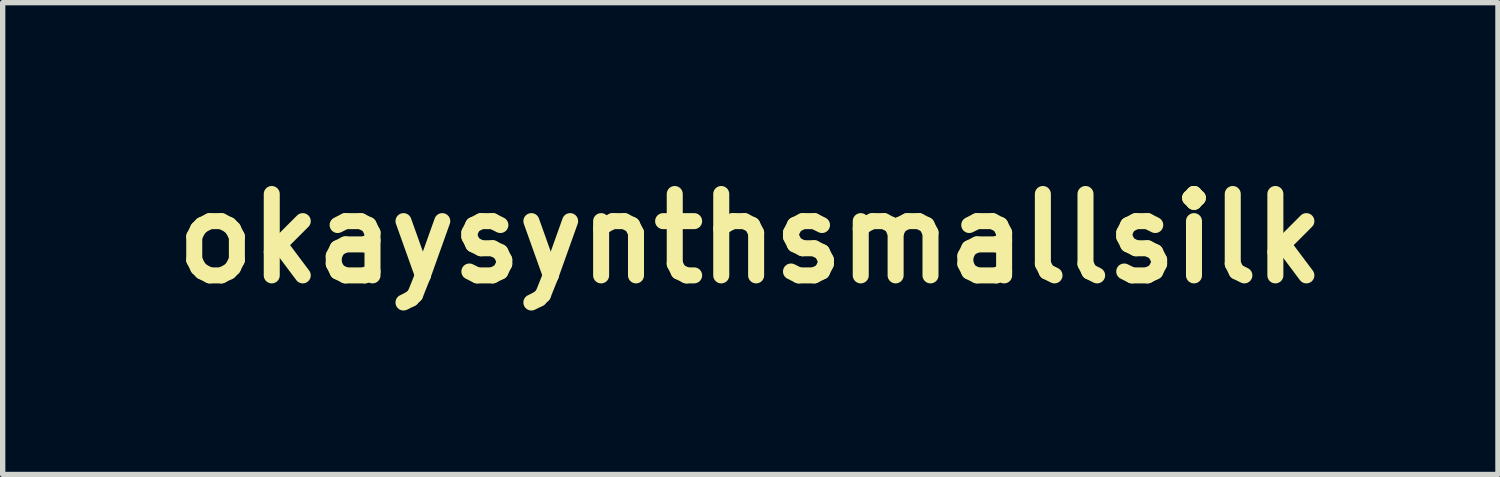
<source format=kicad_pcb>
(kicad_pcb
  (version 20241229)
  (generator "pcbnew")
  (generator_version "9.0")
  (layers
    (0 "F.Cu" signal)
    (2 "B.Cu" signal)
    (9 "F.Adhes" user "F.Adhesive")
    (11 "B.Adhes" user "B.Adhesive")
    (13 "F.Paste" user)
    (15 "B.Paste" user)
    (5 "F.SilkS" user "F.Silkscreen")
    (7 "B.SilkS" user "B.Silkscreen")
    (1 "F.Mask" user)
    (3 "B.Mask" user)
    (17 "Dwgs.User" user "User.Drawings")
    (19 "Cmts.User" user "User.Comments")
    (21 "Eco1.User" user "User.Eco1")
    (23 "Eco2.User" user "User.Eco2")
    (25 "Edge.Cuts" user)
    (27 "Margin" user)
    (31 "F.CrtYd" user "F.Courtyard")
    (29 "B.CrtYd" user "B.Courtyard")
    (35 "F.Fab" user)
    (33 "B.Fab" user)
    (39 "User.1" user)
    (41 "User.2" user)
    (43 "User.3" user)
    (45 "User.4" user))
  (footprint "okaysynthsmallsilk"
    (layer "F.Cu")
    (at 11.002 1.418)
    (property "Reference" "okaysynthsmallsilk" (at 0 0 0) (layer "F.SilkS") (effects (font (size 1.524 1.524) (thickness 0.3))))
    (attr through_hole)
    (fp_poly (pts (xy 0.113 0.931) (xy 0.129 0.951) (xy 0.139 0.995) (xy 0.144 1.074) (xy 0.147 1.149) (xy 0.149 1.26) (xy 0.146 1.328) (xy 0.136 1.362) (xy 0.118 1.372) (xy 0.072 1.354) (xy 0.053 1.336) (xy 0.037 1.288) (xy 0.03 1.199) (xy 0.031 1.114) (xy 0.036 1.017) (xy 0.044 0.961) (xy 0.059 0.935) (xy 0.083 0.927) (xy 0.089 0.927) (xy 0.113 0.931)) (stroke (width 0.01) (type solid)) (fill yes) (layer "F.Mask"))
    (fp_poly (pts (xy 3.503 0.143) (xy 3.582 0.209) (xy 3.633 0.3) (xy 3.649 0.408) (xy 3.632 0.495) (xy 3.576 0.598) (xy 3.488 0.662) (xy 3.368 0.686) (xy 3.353 0.686) (xy 3.238 0.671) (xy 3.168 0.635) (xy 3.097 0.551) (xy 3.062 0.448) (xy 3.062 0.34) (xy 3.098 0.24) (xy 3.168 0.161) (xy 3.183 0.151) (xy 3.295 0.107) (xy 3.404 0.107) (xy 3.503 0.143)) (stroke (width 0.01) (type solid)) (fill yes) (layer "F.Mask"))
    (fp_poly (pts (xy -2.752 0.932) (xy -2.722 0.966) (xy -2.731 1.03) (xy -2.779 1.125) (xy -2.782 1.13) (xy -2.82 1.208) (xy -2.843 1.281) (xy -2.845 1.302) (xy -2.859 1.356) (xy -2.894 1.373) (xy -2.929 1.355) (xy -2.944 1.317) (xy -2.946 1.291) (xy -2.958 1.245) (xy -2.99 1.172) (xy -3.026 1.102) (xy -3.069 1.02) (xy -3.086 0.97) (xy -3.079 0.944) (xy -3.073 0.94) (xy -3.023 0.928) (xy -2.977 0.963) (xy -2.941 1.024) (xy -2.902 1.105) (xy -2.867 1.029) (xy -2.827 0.957) (xy -2.788 0.928) (xy -2.752 0.932)) (stroke (width 0.01) (type solid)) (fill yes) (layer "F.Mask"))
    (fp_poly (pts (xy -1.812 0.919) (xy -1.725 0.927) (xy -1.676 0.942) (xy -1.657 0.966) (xy -1.656 0.972) (xy -1.663 1.006) (xy -1.709 1.016) (xy -1.713 1.016) (xy -1.747 1.018) (xy -1.766 1.033) (xy -1.775 1.071) (xy -1.778 1.143) (xy -1.778 1.194) (xy -1.78 1.288) (xy -1.786 1.342) (xy -1.801 1.366) (xy -1.825 1.372) (xy -1.873 1.363) (xy -1.888 1.355) (xy -1.897 1.322) (xy -1.903 1.254) (xy -1.905 1.177) (xy -1.907 1.089) (xy -1.914 1.04) (xy -1.931 1.02) (xy -1.954 1.016) (xy -2.006 1.003) (xy -2.018 0.972) (xy -1.996 0.941) (xy -1.949 0.925) (xy -1.868 0.918) (xy -1.812 0.919)) (stroke (width 0.01) (type solid)) (fill yes) (layer "F.Mask"))
    (fp_poly (pts (xy 0.581 0.929) (xy 0.628 0.938) (xy 0.65 0.957) (xy 0.655 0.979) (xy 0.644 1.03) (xy 0.605 1.101) (xy 0.573 1.144) (xy 0.483 1.257) (xy 0.553 1.265) (xy 0.634 1.277) (xy 0.672 1.293) (xy 0.671 1.318) (xy 0.66 1.334) (xy 0.62 1.354) (xy 0.549 1.367) (xy 0.467 1.373) (xy 0.394 1.37) (xy 0.349 1.356) (xy 0.347 1.355) (xy 0.331 1.304) (xy 0.358 1.229) (xy 0.423 1.139) (xy 0.515 1.029) (xy 0.421 1.021) (xy 0.358 1.01) (xy 0.335 0.987) (xy 0.335 0.97) (xy 0.35 0.945) (xy 0.39 0.932) (xy 0.465 0.927) (xy 0.496 0.927) (xy 0.581 0.929)) (stroke (width 0.01) (type solid)) (fill yes) (layer "F.Mask"))
    (fp_poly (pts (xy -3.291 0.926) (xy -3.252 0.951) (xy -3.232 0.996) (xy -3.256 1.021) (xy -3.32 1.022) (xy -3.323 1.022) (xy -3.39 1.022) (xy -3.412 1.042) (xy -3.388 1.071) (xy -3.34 1.092) (xy -3.253 1.137) (xy -3.21 1.196) (xy -3.212 1.263) (xy -3.251 1.321) (xy -3.322 1.36) (xy -3.411 1.37) (xy -3.496 1.35) (xy -3.517 1.337) (xy -3.55 1.299) (xy -3.538 1.27) (xy -3.488 1.258) (xy -3.444 1.262) (xy -3.372 1.264) (xy -3.343 1.246) (xy -3.361 1.215) (xy -3.421 1.181) (xy -3.512 1.131) (xy -3.553 1.076) (xy -3.544 1.016) (xy -3.505 0.965) (xy -3.442 0.929) (xy -3.364 0.915) (xy -3.291 0.926)) (stroke (width 0.01) (type solid)) (fill yes) (layer "F.Mask"))
    (fp_poly (pts (xy -0.203 0.93) (xy -0.159 0.963) (xy -0.152 0.989) (xy -0.16 1.021) (xy -0.192 1.03) (xy -0.241 1.024) (xy -0.307 1.021) (xy -0.328 1.037) (xy -0.305 1.067) (xy -0.238 1.108) (xy -0.235 1.109) (xy -0.161 1.163) (xy -0.129 1.226) (xy -0.141 1.289) (xy -0.182 1.331) (xy -0.258 1.361) (xy -0.351 1.369) (xy -0.425 1.355) (xy -0.452 1.322) (xy -0.457 1.293) (xy -0.451 1.263) (xy -0.423 1.253) (xy -0.36 1.26) (xy -0.356 1.26) (xy -0.283 1.264) (xy -0.255 1.25) (xy -0.273 1.22) (xy -0.337 1.181) (xy -0.349 1.175) (xy -0.411 1.14) (xy -0.439 1.101) (xy -0.445 1.042) (xy -0.438 0.98) (xy -0.409 0.948) (xy -0.364 0.931) (xy -0.275 0.918) (xy -0.203 0.93)) (stroke (width 0.01) (type solid)) (fill yes) (layer "F.Mask"))
    (fp_poly (pts (xy -0.729 0.919) (xy -0.653 0.935) (xy -0.619 0.96) (xy -0.631 0.987) (xy -0.688 1.008) (xy -0.718 1.011) (xy -0.788 1.027) (xy -0.816 1.053) (xy -0.8 1.078) (xy -0.74 1.092) (xy -0.722 1.092) (xy -0.661 1.097) (xy -0.639 1.116) (xy -0.64 1.137) (xy -0.672 1.174) (xy -0.73 1.189) (xy -0.796 1.205) (xy -0.817 1.23) (xy -0.795 1.255) (xy -0.733 1.269) (xy -0.709 1.27) (xy -0.643 1.274) (xy -0.616 1.289) (xy -0.614 1.314) (xy -0.633 1.343) (xy -0.682 1.36) (xy -0.75 1.366) (xy -0.84 1.365) (xy -0.899 1.349) (xy -0.908 1.342) (xy -0.926 1.298) (xy -0.937 1.215) (xy -0.94 1.139) (xy -0.934 1.029) (xy -0.911 0.96) (xy -0.863 0.926) (xy -0.782 0.917) (xy -0.729 0.919)) (stroke (width 0.01) (type solid)) (fill yes) (layer "F.Mask"))
    (fp_poly (pts (xy -2.218 0.921) (xy -2.189 0.945) (xy -2.174 0.985) (xy -2.164 1.057) (xy -2.159 1.145) (xy -2.161 1.235) (xy -2.168 1.31) (xy -2.181 1.355) (xy -2.186 1.36) (xy -2.246 1.371) (xy -2.308 1.337) (xy -2.365 1.262) (xy -2.383 1.226) (xy -2.437 1.105) (xy -2.438 1.238) (xy -2.441 1.317) (xy -2.452 1.358) (xy -2.476 1.371) (xy -2.485 1.372) (xy -2.533 1.363) (xy -2.548 1.355) (xy -2.557 1.323) (xy -2.562 1.254) (xy -2.565 1.161) (xy -2.565 1.14) (xy -2.564 1.04) (xy -2.558 0.978) (xy -2.545 0.945) (xy -2.521 0.929) (xy -2.515 0.927) (xy -2.469 0.92) (xy -2.431 0.937) (xy -2.393 0.986) (xy -2.35 1.062) (xy -2.288 1.181) (xy -2.287 1.048) (xy -2.279 0.958) (xy -2.256 0.916) (xy -2.218 0.921)) (stroke (width 0.01) (type solid)) (fill yes) (layer "F.Mask"))
    (fp_poly (pts (xy 1.558 0.931) (xy 1.627 0.974) (xy 1.66 1.037) (xy 1.651 1.109) (xy 1.637 1.136) (xy 1.613 1.184) (xy 1.621 1.225) (xy 1.64 1.256) (xy 1.668 1.32) (xy 1.661 1.359) (xy 1.628 1.37) (xy 1.579 1.35) (xy 1.525 1.297) (xy 1.52 1.289) (xy 1.461 1.207) (xy 1.448 1.283) (xy 1.423 1.341) (xy 1.383 1.369) (xy 1.341 1.358) (xy 1.339 1.356) (xy 1.33 1.323) (xy 1.324 1.254) (xy 1.321 1.161) (xy 1.321 1.141) (xy 1.322 1.067) (xy 1.448 1.067) (xy 1.461 1.108) (xy 1.492 1.113) (xy 1.53 1.088) (xy 1.537 1.067) (xy 1.516 1.031) (xy 1.492 1.021) (xy 1.456 1.03) (xy 1.448 1.067) (xy 1.322 1.067) (xy 1.323 1.033) (xy 1.335 0.966) (xy 1.361 0.93) (xy 1.408 0.916) (xy 1.461 0.914) (xy 1.558 0.931)) (stroke (width 0.01) (type solid)) (fill yes) (layer "F.Mask"))
    (fp_poly (pts (xy 1.062 0.922) (xy 1.119 0.944) (xy 1.138 0.97) (xy 1.131 1) (xy 1.089 1.016) (xy 1.051 1.021) (xy 0.98 1.035) (xy 0.947 1.057) (xy 0.954 1.079) (xy 1.003 1.091) (xy 1.027 1.092) (xy 1.089 1.098) (xy 1.114 1.119) (xy 1.118 1.143) (xy 1.108 1.178) (xy 1.069 1.192) (xy 1.029 1.194) (xy 0.963 1.202) (xy 0.94 1.228) (xy 0.94 1.232) (xy 0.956 1.258) (xy 1.011 1.269) (xy 1.043 1.27) (xy 1.11 1.274) (xy 1.137 1.289) (xy 1.138 1.314) (xy 1.12 1.343) (xy 1.071 1.36) (xy 1.002 1.366) (xy 0.925 1.367) (xy 0.871 1.362) (xy 0.856 1.356) (xy 0.848 1.323) (xy 0.841 1.254) (xy 0.838 1.161) (xy 0.838 1.139) (xy 0.839 1.039) (xy 0.844 0.979) (xy 0.857 0.947) (xy 0.88 0.931) (xy 0.898 0.926) (xy 0.983 0.915) (xy 1.062 0.922)) (stroke (width 0.01) (type solid)) (fill yes) (layer "F.Mask"))
    (fp_poly (pts (xy -1.441 0.919) (xy -1.398 0.938) (xy -1.379 0.99) (xy -1.376 1.01) (xy -1.364 1.068) (xy -1.334 1.09) (xy -1.306 1.092) (xy -1.265 1.085) (xy -1.248 1.055) (xy -1.245 1.002) (xy -1.241 0.941) (xy -1.222 0.919) (xy -1.187 0.919) (xy -1.16 0.926) (xy -1.143 0.945) (xy -1.132 0.987) (xy -1.126 1.06) (xy -1.123 1.151) (xy -1.12 1.258) (xy -1.121 1.324) (xy -1.129 1.357) (xy -1.145 1.369) (xy -1.171 1.367) (xy -1.174 1.367) (xy -1.217 1.348) (xy -1.237 1.298) (xy -1.24 1.276) (xy -1.252 1.218) (xy -1.282 1.196) (xy -1.31 1.194) (xy -1.352 1.201) (xy -1.369 1.231) (xy -1.372 1.283) (xy -1.378 1.345) (xy -1.401 1.369) (xy -1.418 1.372) (xy -1.466 1.363) (xy -1.482 1.355) (xy -1.489 1.323) (xy -1.495 1.254) (xy -1.498 1.16) (xy -1.499 1.124) (xy -1.498 1.021) (xy -1.494 0.958) (xy -1.484 0.927) (xy -1.466 0.917) (xy -1.441 0.919)) (stroke (width 0.01) (type solid)) (fill yes) (layer "F.Mask"))
    (fp_poly (pts (xy -1.177 -1.361) (xy -1.086 -1.332) (xy -1.036 -1.295) (xy -1.02 -1.269) (xy -1.008 -1.234) (xy -0.999 -1.181) (xy -0.994 -1.103) (xy -0.991 -0.992) (xy -0.99 -0.84) (xy -0.99 -0.778) (xy -0.989 -0.318) (xy -0.724 -0.591) (xy -0.629 -0.686) (xy -0.544 -0.768) (xy -0.476 -0.828) (xy -0.431 -0.86) (xy -0.421 -0.864) (xy -0.374 -0.855) (xy -0.304 -0.832) (xy -0.277 -0.822) (xy -0.191 -0.772) (xy -0.14 -0.702) (xy -0.137 -0.696) (xy -0.118 -0.628) (xy -0.123 -0.564) (xy -0.156 -0.495) (xy -0.222 -0.414) (xy -0.323 -0.312) (xy -0.35 -0.287) (xy -0.546 -0.104) (xy -0.308 0.136) (xy -0.211 0.234) (xy -0.146 0.304) (xy -0.106 0.354) (xy -0.086 0.392) (xy -0.081 0.425) (xy -0.086 0.462) (xy -0.086 0.463) (xy -0.128 0.563) (xy -0.204 0.633) (xy -0.306 0.668) (xy -0.422 0.663) (xy -0.441 0.659) (xy -0.493 0.638) (xy -0.545 0.604) (xy -0.605 0.549) (xy -0.679 0.468) (xy -0.773 0.354) (xy -0.809 0.308) (xy -0.978 0.096) (xy -0.991 0.372) (xy -1.003 0.648) (xy -1.199 0.655) (xy -1.273 0.659) (xy -1.333 0.66) (xy -1.382 0.656) (xy -1.42 0.64) (xy -1.449 0.609) (xy -1.47 0.559) (xy -1.484 0.484) (xy -1.492 0.38) (xy -1.497 0.243) (xy -1.499 0.068) (xy -1.499 -0.148) (xy -1.499 -0.393) (xy -1.499 -1.344) (xy -1.408 -1.361) (xy -1.29 -1.371) (xy -1.177 -1.361)) (stroke (width 0.01) (type solid)) (fill yes) (layer "F.Mask"))
    (fp_poly (pts (xy -2.411 -1.231) (xy -2.225 -1.166) (xy -2.057 -1.065) (xy -1.946 -0.963) (xy -1.846 -0.835) (xy -1.778 -0.701) (xy -1.737 -0.551) (xy -1.719 -0.37) (xy -1.717 -0.279) (xy -1.72 -0.142) (xy -1.728 -0.04) (xy -1.745 0.045) (xy -1.772 0.126) (xy -1.774 0.132) (xy -1.873 0.315) (xy -2.009 0.466) (xy -2.179 0.582) (xy -2.379 0.66) (xy -2.491 0.684) (xy -2.601 0.701) (xy -2.682 0.707) (xy -2.756 0.703) (xy -2.846 0.687) (xy -2.912 0.673) (xy -3.059 0.633) (xy -3.179 0.578) (xy -3.291 0.497) (xy -3.354 0.441) (xy -3.477 0.297) (xy -3.563 0.129) (xy -3.613 -0.068) (xy -3.626 -0.206) (xy -3.084 -0.206) (xy -3.064 -0.064) (xy -3.027 0.042) (xy -2.941 0.164) (xy -2.832 0.241) (xy -2.707 0.273) (xy -2.569 0.257) (xy -2.499 0.231) (xy -2.396 0.16) (xy -2.334 0.086) (xy -2.306 0.035) (xy -2.288 -0.016) (xy -2.278 -0.081) (xy -2.274 -0.173) (xy -2.273 -0.279) (xy -2.277 -0.434) (xy -2.292 -0.549) (xy -2.322 -0.635) (xy -2.369 -0.703) (xy -2.439 -0.762) (xy -2.443 -0.766) (xy -2.516 -0.804) (xy -2.604 -0.822) (xy -2.67 -0.825) (xy -2.795 -0.812) (xy -2.892 -0.768) (xy -2.972 -0.686) (xy -3.02 -0.609) (xy -3.062 -0.497) (xy -3.083 -0.356) (xy -3.084 -0.206) (xy -3.626 -0.206) (xy -3.627 -0.219) (xy -3.624 -0.435) (xy -3.589 -0.621) (xy -3.52 -0.789) (xy -3.464 -0.88) (xy -3.337 -1.025) (xy -3.18 -1.135) (xy -3 -1.212) (xy -2.807 -1.253) (xy -2.608 -1.26) (xy -2.411 -1.231)) (stroke (width 0.01) (type solid)) (fill yes) (layer "F.Mask"))
    (fp_poly (pts (xy 1.922 -0.859) (xy 1.978 -0.839) (xy 2.025 -0.801) (xy 2.068 -0.736) (xy 2.111 -0.641) (xy 2.156 -0.508) (xy 2.209 -0.333) (xy 2.22 -0.292) (xy 2.261 -0.151) (xy 2.298 -0.027) (xy 2.329 0.072) (xy 2.351 0.137) (xy 2.361 0.16) (xy 2.375 0.146) (xy 2.398 0.09) (xy 2.428 0.002) (xy 2.462 -0.112) (xy 2.498 -0.242) (xy 2.533 -0.38) (xy 2.566 -0.518) (xy 2.584 -0.603) (xy 2.607 -0.706) (xy 2.625 -0.77) (xy 2.647 -0.807) (xy 2.678 -0.828) (xy 2.714 -0.841) (xy 2.805 -0.858) (xy 2.906 -0.856) (xy 2.999 -0.839) (xy 3.063 -0.808) (xy 3.068 -0.804) (xy 3.1 -0.738) (xy 3.107 -0.637) (xy 3.093 -0.504) (xy 3.06 -0.348) (xy 3.011 -0.173) (xy 2.948 0.012) (xy 2.874 0.203) (xy 2.792 0.392) (xy 2.703 0.574) (xy 2.611 0.741) (xy 2.518 0.888) (xy 2.427 1.008) (xy 2.34 1.095) (xy 2.287 1.13) (xy 2.169 1.171) (xy 2.048 1.182) (xy 1.943 1.16) (xy 1.94 1.158) (xy 1.857 1.103) (xy 1.799 1.03) (xy 1.778 0.956) (xy 1.796 0.917) (xy 1.845 0.856) (xy 1.916 0.782) (xy 1.943 0.756) (xy 2.033 0.67) (xy 2.086 0.607) (xy 2.104 0.563) (xy 2.089 0.53) (xy 2.06 0.51) (xy 2.013 0.47) (xy 1.962 0.396) (xy 1.905 0.284) (xy 1.838 0.128) (xy 1.822 0.085) (xy 1.781 -0.023) (xy 1.738 -0.152) (xy 1.694 -0.29) (xy 1.652 -0.428) (xy 1.617 -0.553) (xy 1.59 -0.657) (xy 1.576 -0.728) (xy 1.575 -0.745) (xy 1.598 -0.787) (xy 1.659 -0.824) (xy 1.745 -0.851) (xy 1.843 -0.863) (xy 1.855 -0.864) (xy 1.922 -0.859)) (stroke (width 0.01) (type solid)) (fill yes) (layer "F.Mask"))
    (fp_poly (pts (xy 0.919 -0.863) (xy 1.071 -0.828) (xy 1.205 -0.775) (xy 1.275 -0.733) (xy 1.331 -0.687) (xy 1.373 -0.633) (xy 1.405 -0.566) (xy 1.426 -0.476) (xy 1.439 -0.357) (xy 1.445 -0.202) (xy 1.447 -0.011) (xy 1.448 0.448) (xy 1.378 0.515) (xy 1.299 0.578) (xy 1.21 0.623) (xy 1.099 0.653) (xy 0.956 0.671) (xy 0.813 0.678) (xy 0.672 0.681) (xy 0.567 0.677) (xy 0.486 0.667) (xy 0.413 0.648) (xy 0.386 0.639) (xy 0.239 0.569) (xy 0.137 0.478) (xy 0.075 0.361) (xy 0.053 0.221) (xy 0.545 0.221) (xy 0.589 0.27) (xy 0.675 0.298) (xy 0.76 0.304) (xy 0.844 0.301) (xy 0.911 0.291) (xy 0.935 0.283) (xy 0.957 0.24) (xy 0.961 0.155) (xy 0.96 0.15) (xy 0.953 0.038) (xy 0.814 0.047) (xy 0.69 0.061) (xy 0.609 0.084) (xy 0.562 0.121) (xy 0.546 0.153) (xy 0.545 0.221) (xy 0.053 0.221) (xy 0.051 0.214) (xy 0.051 0.183) (xy 0.061 0.062) (xy 0.094 -0.037) (xy 0.155 -0.115) (xy 0.248 -0.177) (xy 0.378 -0.225) (xy 0.549 -0.262) (xy 0.765 -0.291) (xy 0.781 -0.293) (xy 0.87 -0.305) (xy 0.918 -0.319) (xy 0.938 -0.341) (xy 0.94 -0.358) (xy 0.92 -0.404) (xy 0.872 -0.449) (xy 0.872 -0.45) (xy 0.799 -0.476) (xy 0.693 -0.49) (xy 0.569 -0.489) (xy 0.444 -0.476) (xy 0.334 -0.449) (xy 0.33 -0.447) (xy 0.26 -0.425) (xy 0.22 -0.421) (xy 0.195 -0.436) (xy 0.184 -0.449) (xy 0.15 -0.524) (xy 0.135 -0.613) (xy 0.144 -0.692) (xy 0.151 -0.708) (xy 0.214 -0.776) (xy 0.316 -0.828) (xy 0.447 -0.862) (xy 0.597 -0.88) (xy 0.758 -0.88) (xy 0.919 -0.863)) (stroke (width 0.01) (type solid)) (fill yes) (layer "F.Mask")))
  (gr_rect
    (start -3 -3)
    (end 25.004 5.836)
    (stroke (width 0.1) (type default))
    (fill no)
    (layer "Edge.Cuts")))
</source>
